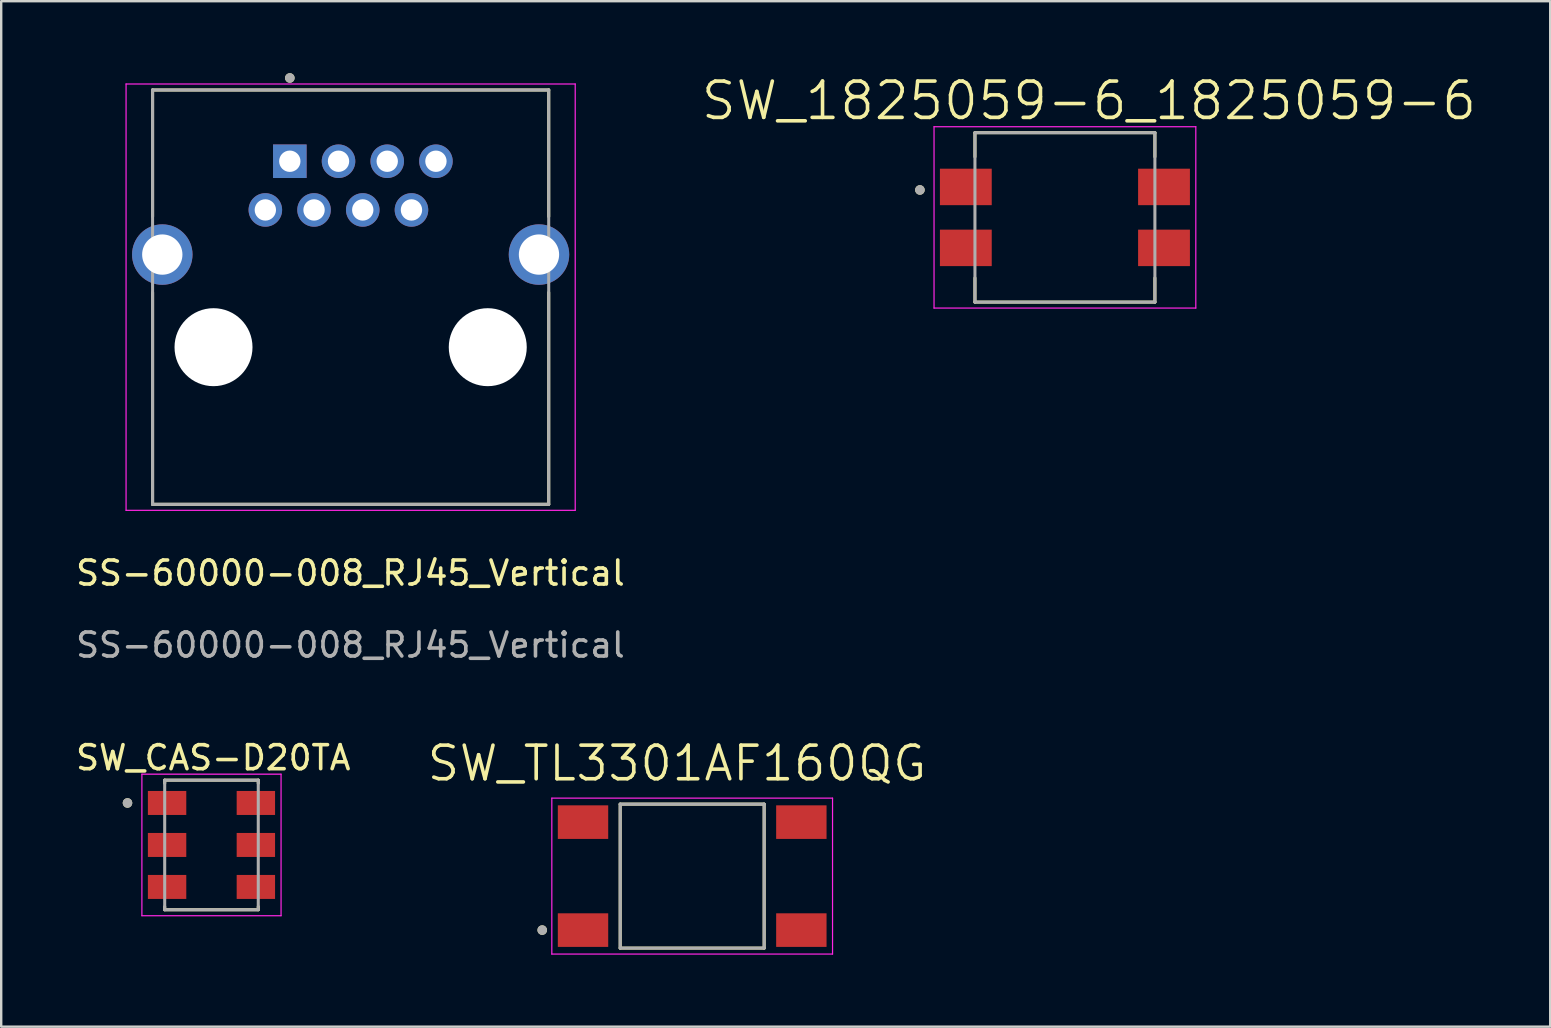
<source format=kicad_pcb>
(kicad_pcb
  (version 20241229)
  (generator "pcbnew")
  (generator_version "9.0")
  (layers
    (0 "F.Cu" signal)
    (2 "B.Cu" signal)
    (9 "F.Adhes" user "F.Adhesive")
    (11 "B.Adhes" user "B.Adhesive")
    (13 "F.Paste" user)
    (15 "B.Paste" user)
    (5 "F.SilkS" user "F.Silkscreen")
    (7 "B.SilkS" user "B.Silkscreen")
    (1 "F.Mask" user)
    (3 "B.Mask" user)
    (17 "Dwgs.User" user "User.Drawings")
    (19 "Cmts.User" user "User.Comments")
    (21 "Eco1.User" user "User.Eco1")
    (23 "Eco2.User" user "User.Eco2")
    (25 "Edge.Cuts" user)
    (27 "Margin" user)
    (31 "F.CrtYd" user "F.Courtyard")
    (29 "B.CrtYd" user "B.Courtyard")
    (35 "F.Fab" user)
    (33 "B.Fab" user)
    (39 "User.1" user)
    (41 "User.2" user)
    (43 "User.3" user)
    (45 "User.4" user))
  (footprint "SW_CAS-D20TA"
    (layer "F.Cu")
    (at 5.764 32.166)
    (property "Reference" "SW_CAS-D20TA" (at 0.075 -3.635 0) (layer "F.SilkS") (effects (font (size 1 1) (thickness 0.15))))
    (attr smd)
    (fp_line (start -1.95 -2.57) (end -1.95 -2.7) (stroke (width 0.127) (type solid)) (layer "F.SilkS"))
    (fp_line (start -1.95 2.57) (end -1.95 2.7) (stroke (width 0.127) (type solid)) (layer "F.SilkS"))
    (fp_line (start -1.95 2.7) (end 1.95 2.7) (stroke (width 0.127) (type solid)) (layer "F.SilkS"))
    (fp_line (start 1.95 -2.7) (end -1.95 -2.7) (stroke (width 0.127) (type solid)) (layer "F.SilkS"))
    (fp_line (start 1.95 -2.57) (end 1.95 -2.7) (stroke (width 0.127) (type solid)) (layer "F.SilkS"))
    (fp_line (start 1.95 2.57) (end 1.95 2.7) (stroke (width 0.127) (type solid)) (layer "F.SilkS"))
    (fp_circle (center -3.5 -1.75) (end -3.4 -1.75) (stroke (width 0.2) (type solid)) (fill no) (layer "F.SilkS"))
    (fp_line (start -2.9 -2.95) (end -2.9 2.95) (stroke (width 0.05) (type solid)) (layer "F.CrtYd"))
    (fp_line (start -2.9 2.95) (end 2.9 2.95) (stroke (width 0.05) (type solid)) (layer "F.CrtYd"))
    (fp_line (start 2.9 -2.95) (end -2.9 -2.95) (stroke (width 0.05) (type solid)) (layer "F.CrtYd"))
    (fp_line (start 2.9 2.95) (end 2.9 -2.95) (stroke (width 0.05) (type solid)) (layer "F.CrtYd"))
    (fp_line (start -1.95 -2.7) (end -1.95 2.7) (stroke (width 0.127) (type solid)) (layer "F.Fab"))
    (fp_line (start -1.95 2.7) (end 1.95 2.7) (stroke (width 0.127) (type solid)) (layer "F.Fab"))
    (fp_line (start 1.95 -2.7) (end -1.95 -2.7) (stroke (width 0.127) (type solid)) (layer "F.Fab"))
    (fp_line (start 1.95 2.7) (end 1.95 -2.7) (stroke (width 0.127) (type solid)) (layer "F.Fab"))
    (fp_circle (center -3.5 -1.75) (end -3.4 -1.75) (stroke (width 0.2) (type solid)) (fill no) (layer "F.Fab"))
    (pad "1" smd rect (at -1.85 -1.75) (size 1.6 1) (layers "F.Cu" "F.Mask" "F.Paste"))
    (pad "2" smd rect (at -1.85 0) (size 1.6 1) (layers "F.Cu" "F.Mask" "F.Paste"))
    (pad "3" smd rect (at -1.85 1.75) (size 1.6 1) (layers "F.Cu" "F.Mask" "F.Paste"))
    (pad "4" smd rect (at 1.85 -1.75) (size 1.6 1) (layers "F.Cu" "F.Mask" "F.Paste"))
    (pad "5" smd rect (at 1.85 0) (size 1.6 1) (layers "F.Cu" "F.Mask" "F.Paste"))
    (pad "6" smd rect (at 1.85 1.75) (size 1.6 1) (layers "F.Cu" "F.Mask" "F.Paste")))
  (footprint "SS-60000-008_RJ45_Vertical"
    (layer "F.Cu")
    (at 11.564 9.335)
    (property "Reference" "SS-60000-008_RJ45_Vertical" (at -0.01 11.5 0) (unlocked yes) (layer "F.SilkS") (effects (font (size 1 1) (thickness 0.15))))
    (attr through_hole)
    (fp_line (start -8.255 -8.635) (end 8.255 -8.635) (stroke (width 0.127) (type solid)) (layer "F.SilkS"))
    (fp_line (start -8.255 -3.36) (end -8.255 -8.635) (stroke (width 0.127) (type solid)) (layer "F.SilkS"))
    (fp_line (start -8.255 8.635) (end -8.255 -0.195) (stroke (width 0.127) (type solid)) (layer "F.SilkS"))
    (fp_line (start 8.255 -8.635) (end 8.255 -3.36) (stroke (width 0.127) (type solid)) (layer "F.SilkS"))
    (fp_line (start 8.255 -0.195) (end 8.255 8.635) (stroke (width 0.127) (type solid)) (layer "F.SilkS"))
    (fp_line (start 8.255 8.635) (end -8.255 8.635) (stroke (width 0.127) (type solid)) (layer "F.SilkS"))
    (fp_circle (center -2.535 -9.135) (end -2.435 -9.135) (stroke (width 0.2) (type solid)) (fill no) (layer "F.SilkS"))
    (fp_line (start -9.36 -8.885) (end -9.36 8.885) (stroke (width 0.05) (type solid)) (layer "F.CrtYd"))
    (fp_line (start -9.36 8.885) (end 9.36 8.885) (stroke (width 0.05) (type solid)) (layer "F.CrtYd"))
    (fp_line (start 9.36 -8.885) (end -9.36 -8.885) (stroke (width 0.05) (type solid)) (layer "F.CrtYd"))
    (fp_line (start 9.36 8.885) (end 9.36 -8.885) (stroke (width 0.05) (type solid)) (layer "F.CrtYd"))
    (fp_line (start -8.255 -8.635) (end 8.255 -8.635) (stroke (width 0.127) (type solid)) (layer "F.Fab"))
    (fp_line (start -8.255 8.635) (end -8.255 -8.635) (stroke (width 0.127) (type solid)) (layer "F.Fab"))
    (fp_line (start 8.255 -8.635) (end 8.255 8.635) (stroke (width 0.127) (type solid)) (layer "F.Fab"))
    (fp_line (start 8.255 8.635) (end -8.255 8.635) (stroke (width 0.127) (type solid)) (layer "F.Fab"))
    (fp_circle (center -2.535 -9.135) (end -2.435 -9.135) (stroke (width 0.2) (type solid)) (fill no) (layer "F.Fab"))
    (fp_text user "${REFERENCE}" (at -0.01 14.5 0) (unlocked yes) (layer "F.Fab") (effects (font (size 1 1) (thickness 0.15))))
    (pad "" np_thru_hole circle (at -5.715 2.085) (size 3.25 3.25) (drill 3.25) (layers "*.Cu" "*.Mask"))
    (pad "" np_thru_hole circle (at 5.715 2.085) (size 3.25 3.25) (drill 3.25) (layers "*.Cu" "*.Mask"))
    (pad "1" thru_hole rect (at -2.535 -5.665) (size 1.398 1.398) (drill 0.89) (layers "*.Cu" "*.Mask"))
    (pad "2" thru_hole circle (at -3.555 -3.635) (size 1.398 1.398) (drill 0.89) (layers "*.Cu" "*.Mask"))
    (pad "3" thru_hole circle (at -1.525 -3.635) (size 1.398 1.398) (drill 0.89) (layers "*.Cu" "*.Mask"))
    (pad "4" thru_hole circle (at 0.505 -3.635) (size 1.398 1.398) (drill 0.89) (layers "*.Cu" "*.Mask"))
    (pad "5" thru_hole circle (at -0.505 -5.665) (size 1.398 1.398) (drill 0.89) (layers "*.Cu" "*.Mask"))
    (pad "6" thru_hole circle (at 1.525 -5.665) (size 1.398 1.398) (drill 0.89) (layers "*.Cu" "*.Mask"))
    (pad "7" thru_hole circle (at 3.555 -5.665) (size 1.398 1.398) (drill 0.89) (layers "*.Cu" "*.Mask"))
    (pad "8" thru_hole circle (at 2.535 -3.635) (size 1.398 1.398) (drill 0.89) (layers "*.Cu" "*.Mask"))
    (pad "S1" thru_hole circle (at -7.85 -1.775) (size 2.52 2.52) (drill 1.68) (layers "*.Cu" "*.Mask"))
    (pad "S2" thru_hole circle (at 7.85 -1.775) (size 2.52 2.52) (drill 1.68) (layers "*.Cu" "*.Mask")))
  (footprint "SW_1825059-6_1825059-6"
    (layer "F.Cu")
    (at 41.334 6.011)
    (property "Reference" "SW_1825059-6_1825059-6" (at 1 -4.862 0) (layer "F.SilkS") (effects (font (size 1.514 1.514) (thickness 0.15))))
    (attr smd)
    (fp_line (start -3.75 -3.53) (end -3.75 -2.524) (stroke (width 0.127) (type solid)) (layer "F.SilkS"))
    (fp_line (start -3.75 2.524) (end -3.75 3.53) (stroke (width 0.127) (type solid)) (layer "F.SilkS"))
    (fp_line (start -3.75 3.53) (end 3.75 3.53) (stroke (width 0.127) (type solid)) (layer "F.SilkS"))
    (fp_line (start 3.75 -3.53) (end -3.75 -3.53) (stroke (width 0.127) (type solid)) (layer "F.SilkS"))
    (fp_line (start 3.75 -2.524) (end 3.75 -3.53) (stroke (width 0.127) (type solid)) (layer "F.SilkS"))
    (fp_line (start 3.75 3.53) (end 3.75 2.524) (stroke (width 0.127) (type solid)) (layer "F.SilkS"))
    (fp_circle (center -6.044 -1.144) (end -5.944 -1.144) (stroke (width 0.2) (type solid)) (fill no) (layer "F.SilkS"))
    (fp_line (start -5.455 -3.78) (end -5.455 3.78) (stroke (width 0.05) (type solid)) (layer "F.CrtYd"))
    (fp_line (start -5.455 3.78) (end 5.455 3.78) (stroke (width 0.05) (type solid)) (layer "F.CrtYd"))
    (fp_line (start 5.455 -3.78) (end -5.455 -3.78) (stroke (width 0.05) (type solid)) (layer "F.CrtYd"))
    (fp_line (start 5.455 3.78) (end 5.455 -3.78) (stroke (width 0.05) (type solid)) (layer "F.CrtYd"))
    (fp_line (start -3.75 -3.53) (end -3.75 3.53) (stroke (width 0.127) (type solid)) (layer "F.Fab"))
    (fp_line (start -3.75 3.53) (end 3.75 3.53) (stroke (width 0.127) (type solid)) (layer "F.Fab"))
    (fp_line (start 3.75 -3.53) (end -3.75 -3.53) (stroke (width 0.127) (type solid)) (layer "F.Fab"))
    (fp_line (start 3.75 3.53) (end 3.75 -3.53) (stroke (width 0.127) (type solid)) (layer "F.Fab"))
    (fp_circle (center -6.044 -1.144) (end -5.944 -1.144) (stroke (width 0.2) (type solid)) (fill no) (layer "F.Fab"))
    (pad "1" smd rect (at -4.13 -1.27) (size 2.16 1.52) (layers "F.Cu" "F.Mask" "F.Paste"))
    (pad "2" smd rect (at -4.13 1.27) (size 2.16 1.52) (layers "F.Cu" "F.Mask" "F.Paste"))
    (pad "3" smd rect (at 4.13 1.27 180) (size 2.16 1.52) (layers "F.Cu" "F.Mask" "F.Paste"))
    (pad "4" smd rect (at 4.13 -1.27 180) (size 2.16 1.52) (layers "F.Cu" "F.Mask" "F.Paste")))
  (footprint "SW_TL3301AF160QG"
    (layer "F.Cu")
    (at 25.799 33.465)
    (property "Reference" "SW_TL3301AF160QG" (at -0.635 -4.699 0) (layer "F.SilkS") (effects (font (size 1.4 1.4) (thickness 0.15))))
    (attr smd)
    (fp_line (start -3 -3) (end -3 3) (stroke (width 0.127) (type solid)) (layer "F.SilkS"))
    (fp_line (start -3 3) (end 3 3) (stroke (width 0.127) (type solid)) (layer "F.SilkS"))
    (fp_line (start 3 -3) (end -3 -3) (stroke (width 0.127) (type solid)) (layer "F.SilkS"))
    (fp_line (start 3 3) (end 3 -3) (stroke (width 0.127) (type solid)) (layer "F.SilkS"))
    (fp_circle (center -6.25 2.25) (end -6.15 2.25) (stroke (width 0.2) (type solid)) (fill no) (layer "F.SilkS"))
    (fp_line (start -5.85 -3.25) (end 5.85 -3.25) (stroke (width 0.05) (type solid)) (layer "F.CrtYd"))
    (fp_line (start -5.85 3.25) (end -5.85 -3.25) (stroke (width 0.05) (type solid)) (layer "F.CrtYd"))
    (fp_line (start 5.85 -3.25) (end 5.85 3.25) (stroke (width 0.05) (type solid)) (layer "F.CrtYd"))
    (fp_line (start 5.85 3.25) (end -5.85 3.25) (stroke (width 0.05) (type solid)) (layer "F.CrtYd"))
    (fp_line (start -3 -3) (end 3 -3) (stroke (width 0.127) (type solid)) (layer "F.Fab"))
    (fp_line (start -3 3) (end -3 -3) (stroke (width 0.127) (type solid)) (layer "F.Fab"))
    (fp_line (start 3 -3) (end 3 3) (stroke (width 0.127) (type solid)) (layer "F.Fab"))
    (fp_line (start 3 3) (end -3 3) (stroke (width 0.127) (type solid)) (layer "F.Fab"))
    (fp_circle (center -6.25 2.25) (end -6.15 2.25) (stroke (width 0.2) (type solid)) (fill no) (layer "F.Fab"))
    (pad "1" smd rect (at -4.55 2.25) (size 2.1 1.4) (layers "F.Cu" "F.Mask" "F.Paste"))
    (pad "2" smd rect (at 4.55 2.25) (size 2.1 1.4) (layers "F.Cu" "F.Mask" "F.Paste"))
    (pad "3" smd rect (at -4.55 -2.25) (size 2.1 1.4) (layers "F.Cu" "F.Mask" "F.Paste"))
    (pad "4" smd rect (at 4.55 -2.25) (size 2.1 1.4) (layers "F.Cu" "F.Mask" "F.Paste")))
  (gr_rect
    (start -3 -3)
    (end 61.56 39.739)
    (stroke (width 0.1) (type default))
    (fill no)
    (layer "Edge.Cuts")))
</source>
